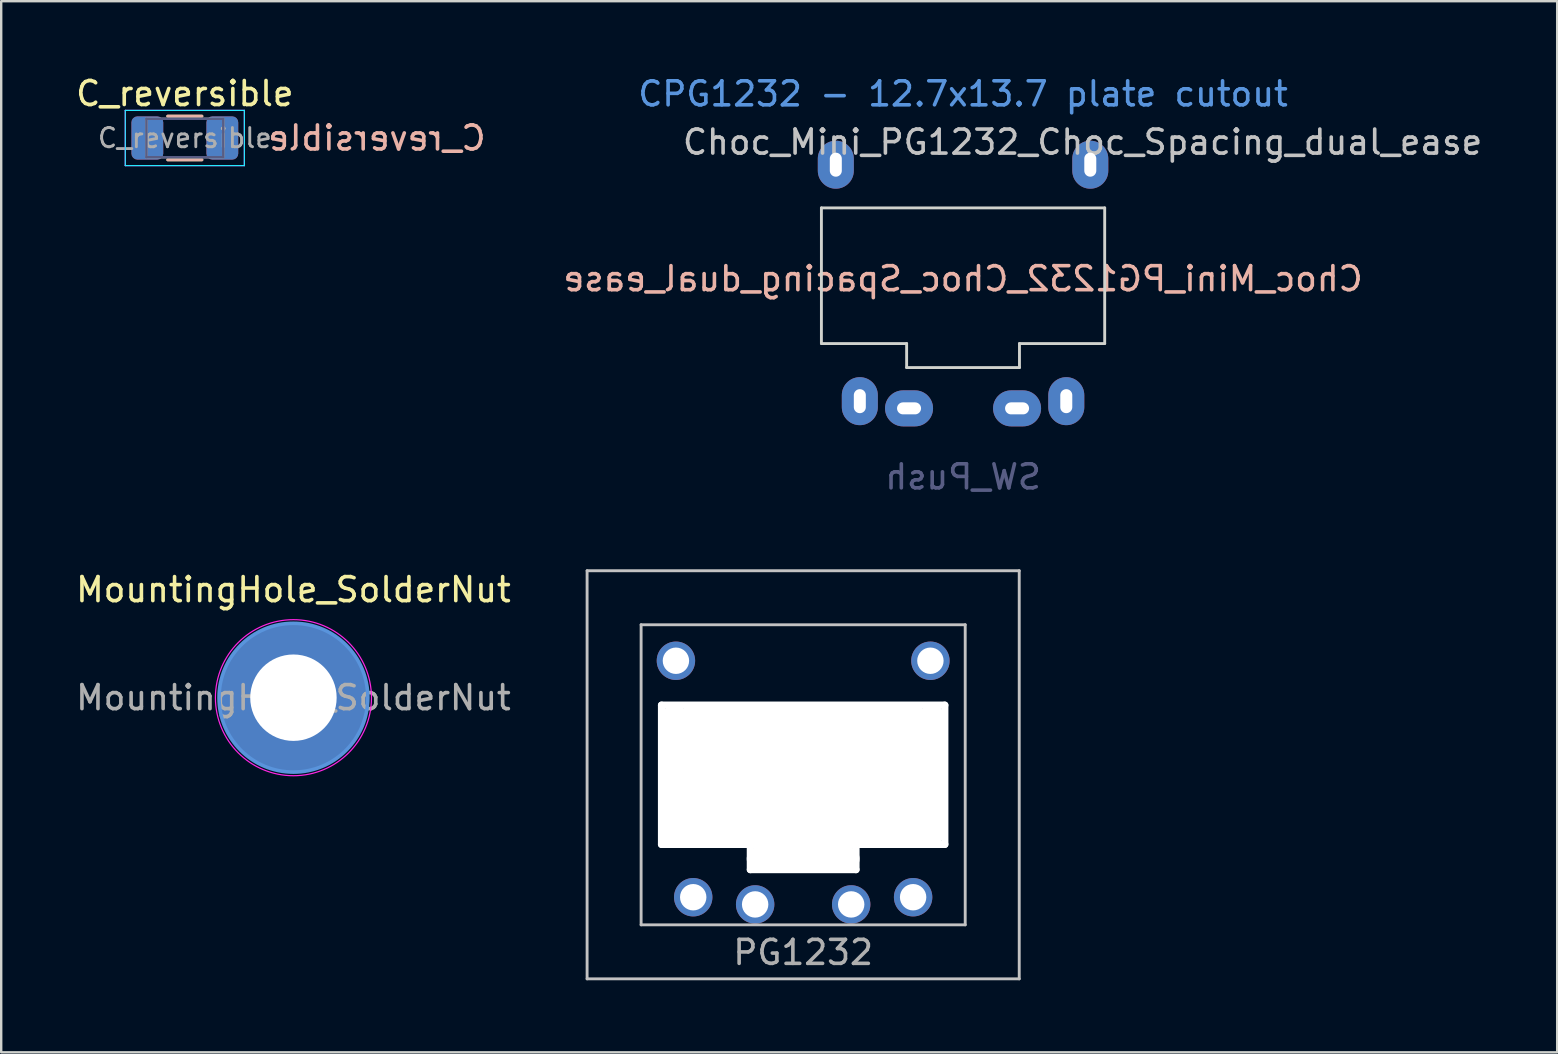
<source format=kicad_pcb>
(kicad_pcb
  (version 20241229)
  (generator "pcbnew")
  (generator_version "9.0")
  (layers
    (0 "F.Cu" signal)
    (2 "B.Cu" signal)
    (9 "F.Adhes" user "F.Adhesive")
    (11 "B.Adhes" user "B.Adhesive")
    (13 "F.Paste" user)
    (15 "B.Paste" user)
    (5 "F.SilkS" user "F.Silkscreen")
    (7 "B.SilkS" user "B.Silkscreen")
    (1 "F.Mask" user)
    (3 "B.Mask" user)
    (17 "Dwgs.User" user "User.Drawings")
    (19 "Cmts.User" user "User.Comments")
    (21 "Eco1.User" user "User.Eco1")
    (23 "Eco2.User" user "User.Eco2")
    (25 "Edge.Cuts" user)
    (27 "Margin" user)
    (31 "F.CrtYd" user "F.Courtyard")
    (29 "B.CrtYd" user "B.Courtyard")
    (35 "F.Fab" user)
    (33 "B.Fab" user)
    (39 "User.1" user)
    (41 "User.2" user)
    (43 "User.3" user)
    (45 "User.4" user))
  (footprint "Choc_Mini_PG1232_Choc_Spacing_dual_ease"
    (layer "F.Cu")
    (at 37.065 8.56)
    (property "Reference" "Choc_Mini_PG1232_Choc_Spacing_dual_ease" (at 4.98 -5.69 180) (layer "Dwgs.User") (effects (font (size 1 1) (thickness 0.15))))
    (property "Value" "SW_Push" (at -0.07 8.17 180) (layer "Dwgs.User") (hide yes) (effects (font (size 1 1) (thickness 0.15))))
    (attr through_hole)
    (fp_line (start -9 -8.5) (end -9 8.5) (stroke (width 0.12) (type solid)) (layer "Eco1.User"))
    (fp_line (start -9 -8.5) (end 9 -8.5) (stroke (width 0.12) (type solid)) (layer "Eco1.User"))
    (fp_line (start -9 8.5) (end 9 8.5) (stroke (width 0.12) (type solid)) (layer "Eco1.User"))
    (fp_line (start 9 -8.5) (end 9 8.5) (stroke (width 0.12) (type solid)) (layer "Eco1.User"))
    (fp_line (start -7.25 -6.75) (end -7.25 6.75) (stroke (width 0.15) (type solid)) (layer "Eco2.User"))
    (fp_line (start -7.25 -6.75) (end 7.25 -6.75) (stroke (width 0.15) (type solid)) (layer "Eco2.User"))
    (fp_line (start -7.25 6.75) (end 7.25 6.75) (stroke (width 0.15) (type solid)) (layer "Eco2.User"))
    (fp_line (start -2.8 -3.2) (end -2.8 -5.35) (stroke (width 0.15) (type solid)) (layer "Eco2.User"))
    (fp_line (start -2.8 -3.2) (end 2.8 -3.2) (stroke (width 0.15) (type solid)) (layer "Eco2.User"))
    (fp_line (start 2.8 -5.35) (end -2.8 -5.35) (stroke (width 0.15) (type solid)) (layer "Eco2.User"))
    (fp_line (start 2.8 -3.2) (end 2.8 -5.35) (stroke (width 0.15) (type solid)) (layer "Eco2.User"))
    (fp_line (start 7.25 -6.75) (end 7.25 6.75) (stroke (width 0.15) (type solid)) (layer "Eco2.User"))
    (fp_line (start -5.9 -2.95) (end 5.9 -2.95) (stroke (width 0.12) (type solid)) (layer "Edge.Cuts"))
    (fp_line (start -5.9 2.7) (end -5.9 -2.95) (stroke (width 0.12) (type solid)) (layer "Edge.Cuts"))
    (fp_line (start -2.35 2.7) (end -5.9 2.7) (stroke (width 0.12) (type solid)) (layer "Edge.Cuts"))
    (fp_line (start -2.35 2.7) (end -2.35 3.7) (stroke (width 0.12) (type solid)) (layer "Edge.Cuts"))
    (fp_line (start -2.35 3.7) (end 2.35 3.7) (stroke (width 0.12) (type solid)) (layer "Edge.Cuts"))
    (fp_line (start 2.35 2.7) (end 5.9 2.7) (stroke (width 0.12) (type solid)) (layer "Edge.Cuts"))
    (fp_line (start 2.35 3.7) (end 2.35 2.7) (stroke (width 0.12) (type solid)) (layer "Edge.Cuts"))
    (fp_line (start 5.9 -2.95) (end 5.9 2.7) (stroke (width 0.12) (type solid)) (layer "Edge.Cuts"))
    (fp_text user "${REFERENCE}" (at 0 0 0) (layer "B.SilkS") (effects (font (size 1 1) (thickness 0.15)) (justify mirror)))
    (fp_text user "CPG1232 - 12.7x13.7 plate cutout" (at 0 -7.7 180) (layer "Cmts.User") (effects (font (size 1 1) (thickness 0.15))))
    (fp_text user "${VALUE}" (at 0 8.255 0) (layer "B.Fab") (effects (font (size 1 1) (thickness 0.15)) (justify mirror)))
    (pad "1" thru_hole oval (at -4.3 5.1) (size 1.5 2) (drill oval 0.5 1) (layers "*.Cu" "*.Mask"))
    (pad "1" thru_hole oval (at -2.25 5.4) (size 2 1.5) (drill oval 1 0.5) (layers "*.Cu" "*.Mask"))
    (pad "2" thru_hole oval (at 2.25 5.4) (size 2 1.5) (drill oval 1 0.5) (layers "*.Cu" "*.Mask"))
    (pad "2" thru_hole oval (at 4.3 5.1) (size 1.5 2) (drill oval 0.5 1) (layers "*.Cu" "*.Mask"))
    (pad "3" thru_hole oval (at 5.3 -4.75) (size 1.5 2) (drill oval 0.5 1) (layers "*.Cu" "*.Mask"))
    (pad "4" thru_hole oval (at -5.3 -4.75) (size 1.5 2) (drill oval 0.5 1) (layers "*.Cu" "*.Mask")))
  (footprint "MountingHole_SolderNut"
    (layer "F.Cu")
    (at 9.173 26.012)
    (property "Reference" "MountingHole_SolderNut" (at 0 -4.5 0) (layer "F.SilkS") (effects (font (size 1 1) (thickness 0.15))))
    (attr exclude_from_pos_files)
    (fp_circle (center 0 0) (end 3.1 0) (stroke (width 0.15) (type solid)) (fill no) (layer "Cmts.User"))
    (fp_circle (center 0 0) (end 3.25 0) (stroke (width 0.05) (type solid)) (fill no) (layer "F.CrtYd"))
    (fp_text user "${REFERENCE}" (at 0 0 0) (layer "F.Fab") (effects (font (size 1 1) (thickness 0.15))))
    (pad "1" thru_hole circle (at 0 0) (size 6.2 6.2) (drill 3.6) (layers "*.Cu" "*.Mask")))
  (footprint "PG1232"
    (layer "F.Cu")
    (at 30.405 29.223)
    (property "Reference" "PG1232" (at 0 7.4 0) (layer "F.Fab") (effects (font (size 1 1) (thickness 0.15))))
    (attr through_hole)
    (fp_line (start -9 -8.5) (end -9 8.5) (stroke (width 0.12) (type solid)) (layer "Dwgs.User"))
    (fp_line (start -9 8.5) (end 9 8.5) (stroke (width 0.12) (type solid)) (layer "Dwgs.User"))
    (fp_line (start -6.75 -6.25) (end 6.75 -6.25) (stroke (width 0.12) (type solid)) (layer "Dwgs.User"))
    (fp_line (start -6.75 6.25) (end -6.75 -6.25) (stroke (width 0.12) (type solid)) (layer "Dwgs.User"))
    (fp_line (start -5.95 -2.95) (end 5.95 -2.95) (stroke (width 0.12) (type solid)) (layer "Dwgs.User"))
    (fp_line (start -5.95 2.95) (end -5.95 -2.95) (stroke (width 0.12) (type solid)) (layer "Dwgs.User"))
    (fp_line (start -2.25 2.95) (end -5.95 2.95) (stroke (width 0.12) (type solid)) (layer "Dwgs.User"))
    (fp_line (start -2.25 2.95) (end -2.25 4) (stroke (width 0.12) (type solid)) (layer "Dwgs.User"))
    (fp_line (start -2.25 4) (end 2.25 4) (stroke (width 0.12) (type solid)) (layer "Dwgs.User"))
    (fp_line (start 2.25 2.95) (end 5.95 2.95) (stroke (width 0.12) (type solid)) (layer "Dwgs.User"))
    (fp_line (start 2.25 4) (end 2.25 2.95) (stroke (width 0.12) (type solid)) (layer "Dwgs.User"))
    (fp_line (start 5.95 -2.95) (end 5.95 2.95) (stroke (width 0.12) (type solid)) (layer "Dwgs.User"))
    (fp_line (start 6.75 -6.25) (end 6.75 6.25) (stroke (width 0.12) (type solid)) (layer "Dwgs.User"))
    (fp_line (start 6.75 6.25) (end -6.75 6.25) (stroke (width 0.12) (type solid)) (layer "Dwgs.User"))
    (fp_line (start 9 -8.5) (end -9 -8.5) (stroke (width 0.12) (type solid)) (layer "Dwgs.User"))
    (fp_line (start 9 8.5) (end 9 -8.5) (stroke (width 0.12) (type solid)) (layer "Dwgs.User"))
    (pad "" np_thru_hole oval (at -5.9 0 90) (size 6.1 0.3) (drill oval 6.1 0.3) (layers "*.Cu" "*.Mask"))
    (pad "" np_thru_hole oval (at -5.36 0) (size 1 5.9) (drill oval 1 5.9) (layers "*.Cu" "*.Mask"))
    (pad "" np_thru_hole oval (at -4.59 0) (size 1 5.9) (drill oval 1 5.9) (layers "*.Cu" "*.Mask"))
    (pad "" np_thru_hole oval (at -4.2 0) (size 1 5.9) (drill oval 1 5.9) (layers "*.Cu" "*.Mask"))
    (pad "" np_thru_hole oval (at -2.2 3.5 90) (size 1.2 0.3) (drill oval 1.2 0.3) (layers "*.Cu" "*.Mask"))
    (pad "" np_thru_hole oval (at 0 -2.9) (size 12.1 0.3) (drill oval 12.1 0.3) (layers "*.Cu" "*.Mask"))
    (pad "" np_thru_hole oval (at 0 0) (size 11.85 5.9) (drill oval 11.85 5.9) (layers "*.Cu" "*.Mask"))
    (pad "" np_thru_hole oval (at 0 2.9) (size 12.1 0.3) (drill oval 12.1 0.3) (layers "*.Cu" "*.Mask"))
    (pad "" np_thru_hole oval (at 0 3.5) (size 4.7 1) (drill oval 4.7 1) (layers "*.Cu" "*.Mask"))
    (pad "" np_thru_hole oval (at 0 3.95) (size 4.7 0.3) (drill oval 4.7 0.3) (layers "*.Cu" "*.Mask"))
    (pad "" np_thru_hole oval (at 2.2 3.5 90) (size 1.2 0.3) (drill oval 1.2 0.3) (layers "*.Cu" "*.Mask"))
    (pad "" np_thru_hole oval (at 4.2 0) (size 1 5.9) (drill oval 1 5.9) (layers "*.Cu" "*.Mask"))
    (pad "" np_thru_hole oval (at 4.59 0) (size 1 5.9) (drill oval 1 5.9) (layers "*.Cu" "*.Mask"))
    (pad "" np_thru_hole oval (at 5.36 0) (size 1 5.9) (drill oval 1 5.9) (layers "*.Cu" "*.Mask"))
    (pad "" np_thru_hole oval (at 5.9 0 90) (size 6.1 0.3) (drill oval 6.1 0.3) (layers "*.Cu" "*.Mask"))
    (pad "1" thru_hole circle (at -4.58 5.1) (size 1.6 1.6) (drill 1.1) (layers "*.Cu" "*.Mask"))
    (pad "1" thru_hole circle (at 4.58 5.1) (size 1.6 1.6) (drill 1.1) (layers "*.Cu" "*.Mask"))
    (pad "2" thru_hole circle (at -2 5.4) (size 1.6 1.6) (drill 1.1) (layers "*.Cu" "*.Mask"))
    (pad "2" thru_hole circle (at 2 5.4) (size 1.6 1.6) (drill 1.1) (layers "*.Cu" "*.Mask"))
    (pad "3" thru_hole circle (at 5.3 -4.75) (size 1.6 1.6) (drill 1.1) (layers "*.Cu" "*.Mask"))
    (pad "4" thru_hole circle (at -5.3 -4.75) (size 1.6 1.6) (drill 1.1) (layers "*.Cu" "*.Mask")))
  (footprint "C_reversible"
    (layer "F.Cu")
    (at 4.649 2.698)
    (property "Reference" "C_reversible" (at 0 -1.85 0) (layer "F.SilkS") (effects (font (size 1 1) (thickness 0.15))))
    (attr smd)
    (fp_line (start -0.711 -0.91) (end 0.711 -0.91) (stroke (width 0.12) (type solid)) (layer "F.SilkS"))
    (fp_line (start -0.711 0.91) (end 0.711 0.91) (stroke (width 0.12) (type solid)) (layer "F.SilkS"))
    (fp_line (start 0.711 -0.91) (end -0.711 -0.91) (stroke (width 0.12) (type solid)) (layer "B.SilkS"))
    (fp_line (start 0.711 0.91) (end -0.711 0.91) (stroke (width 0.12) (type solid)) (layer "B.SilkS"))
    (fp_line (start -2.48 -1.15) (end -2.48 1.15) (stroke (width 0.05) (type solid)) (layer "B.CrtYd"))
    (fp_line (start -2.48 1.15) (end 2.48 1.15) (stroke (width 0.05) (type solid)) (layer "B.CrtYd"))
    (fp_line (start 2.48 -1.15) (end -2.48 -1.15) (stroke (width 0.05) (type solid)) (layer "B.CrtYd"))
    (fp_line (start 2.48 1.15) (end 2.48 -1.15) (stroke (width 0.05) (type solid)) (layer "B.CrtYd"))
    (fp_line (start -2.48 -1.15) (end 2.48 -1.15) (stroke (width 0.05) (type solid)) (layer "F.CrtYd"))
    (fp_line (start -2.48 1.15) (end -2.48 -1.15) (stroke (width 0.05) (type solid)) (layer "F.CrtYd"))
    (fp_line (start 2.48 -1.15) (end 2.48 1.15) (stroke (width 0.05) (type solid)) (layer "F.CrtYd"))
    (fp_line (start 2.48 1.15) (end -2.48 1.15) (stroke (width 0.05) (type solid)) (layer "F.CrtYd"))
    (fp_line (start -1.6 -0.8) (end -1.6 0.8) (stroke (width 0.1) (type solid)) (layer "B.Fab"))
    (fp_line (start -1.6 0.8) (end 1.6 0.8) (stroke (width 0.1) (type solid)) (layer "B.Fab"))
    (fp_line (start 1.6 -0.8) (end -1.6 -0.8) (stroke (width 0.1) (type solid)) (layer "B.Fab"))
    (fp_line (start 1.6 0.8) (end 1.6 -0.8) (stroke (width 0.1) (type solid)) (layer "B.Fab"))
    (fp_line (start -1.6 -0.8) (end 1.6 -0.8) (stroke (width 0.1) (type solid)) (layer "F.Fab"))
    (fp_line (start -1.6 0.8) (end -1.6 -0.8) (stroke (width 0.1) (type solid)) (layer "F.Fab"))
    (fp_line (start 1.6 -0.8) (end 1.6 0.8) (stroke (width 0.1) (type solid)) (layer "F.Fab"))
    (fp_line (start 1.6 0.8) (end -1.6 0.8) (stroke (width 0.1) (type solid)) (layer "F.Fab"))
    (fp_text user "${REFERENCE}" (at 8 0 0) (layer "B.SilkS") (effects (font (size 1 1) (thickness 0.15)) (justify mirror)))
    (fp_text user "${REFERENCE}" (at 0 0 0) (layer "F.Fab") (effects (font (size 0.8 0.8) (thickness 0.12))))
    (pad "1" smd roundrect (at -1.562 0) (size 1.325 1.8) (layers "F.Cu" "F.Mask" "F.Paste") (roundrect_rratio 0.189))
    (pad "1" smd roundrect (at -1.562 0) (size 1.325 1.8) (layers "B.Cu" "B.Mask" "B.Paste") (roundrect_rratio 0.189))
    (pad "2" smd roundrect (at 1.562 0) (size 1.325 1.8) (layers "F.Cu" "F.Mask" "F.Paste") (roundrect_rratio 0.189))
    (pad "2" smd roundrect (at 1.562 0) (size 1.325 1.8) (layers "B.Cu" "B.Mask" "B.Paste") (roundrect_rratio 0.189)))
  (gr_rect
    (start -3 -3)
    (end 61.813 40.783)
    (stroke (width 0.1) (type default))
    (fill no)
    (layer "Edge.Cuts")))
</source>
